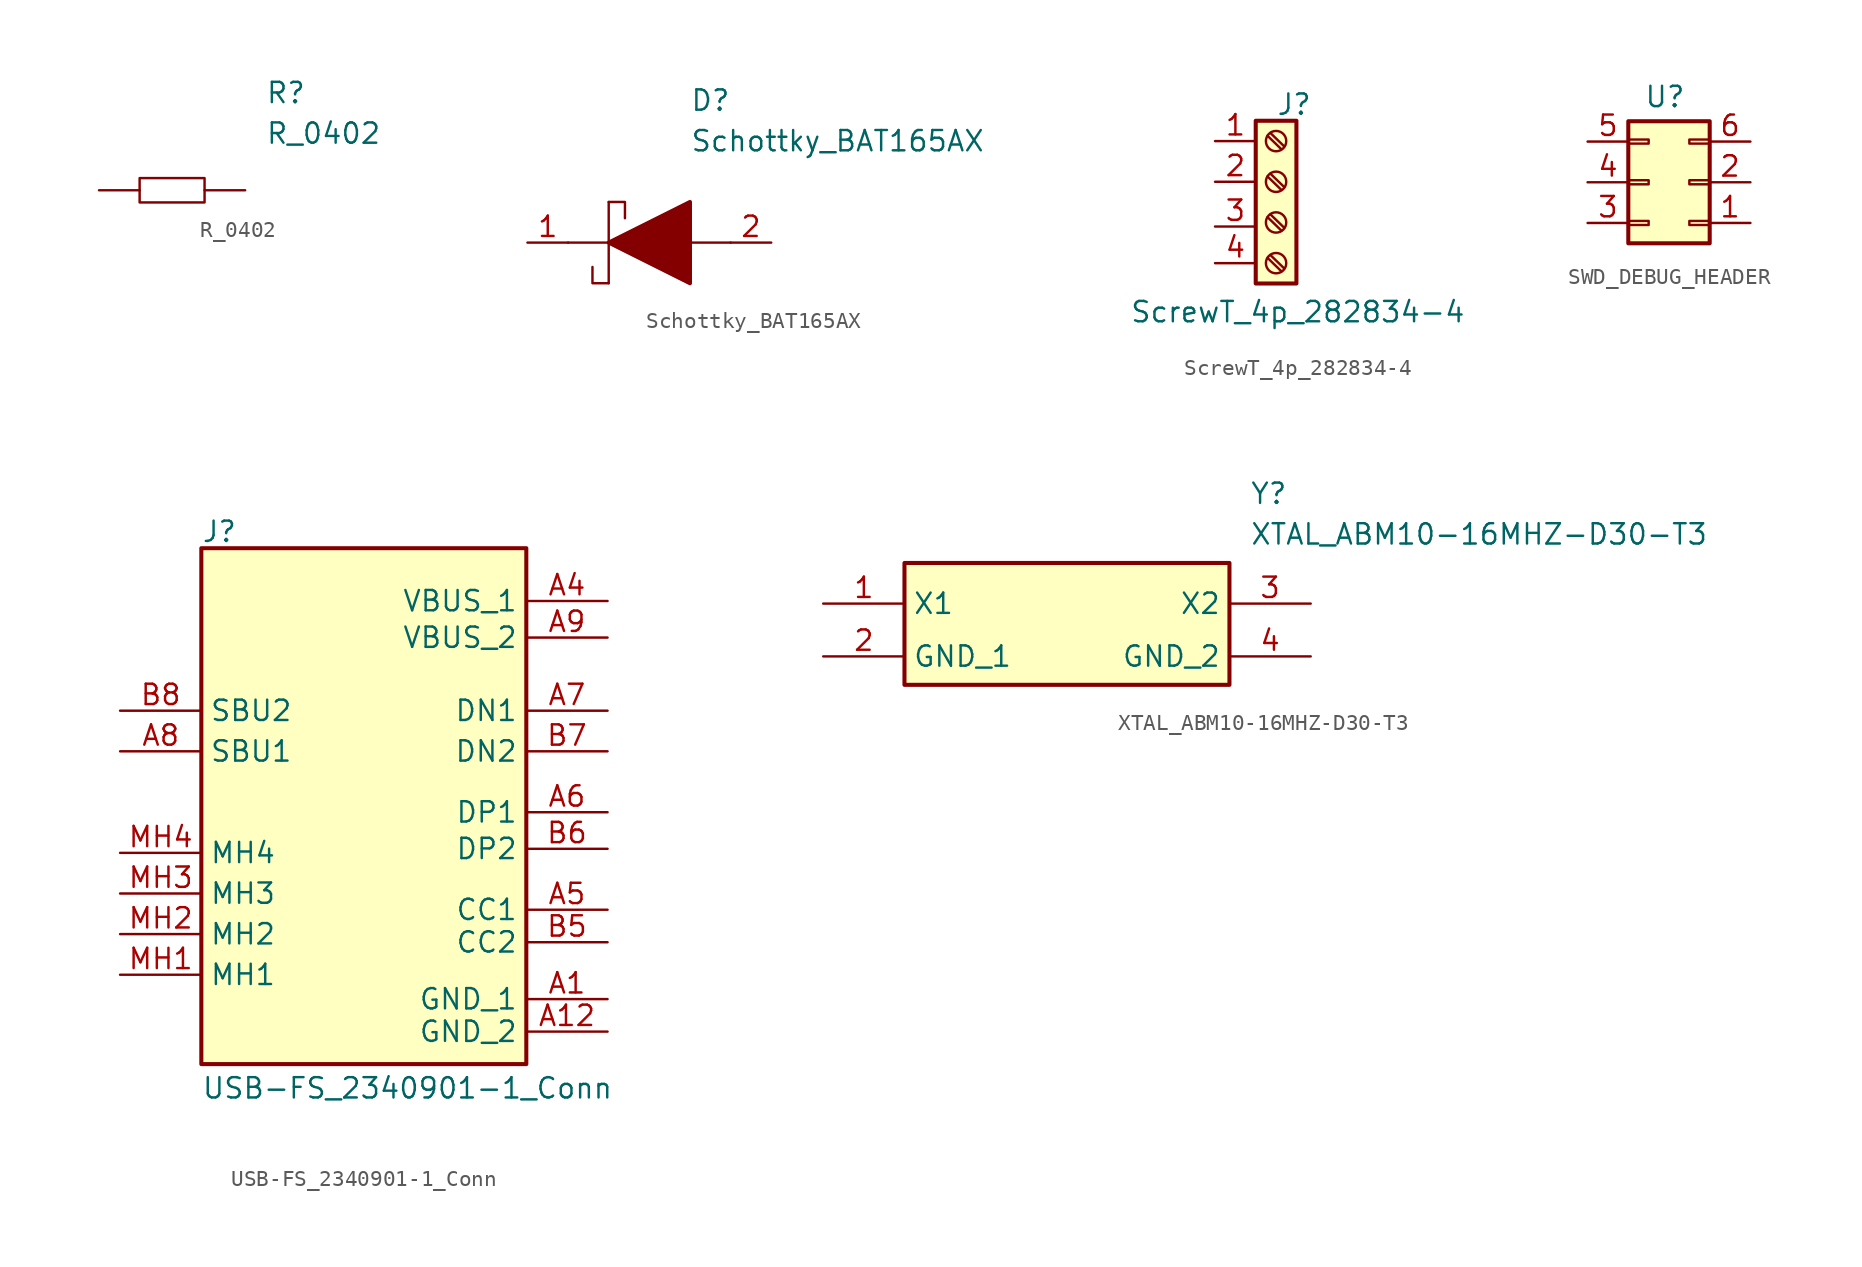
<source format=kicad_sym>
(kicad_symbol_lib
  (version 20220914)
  (generator kicad_symbol_editor)
  (symbol "R_0402"
    (pin_names
      (offset 0.762))
    (property "Reference" "R"
      (at 13.97 6.35 0)
      (effects (font (size 1.27 1.27)) (justify left)))
    (property "Value" "R_0402"
      (at 13.97 3.81 0)
      (effects (font (size 1.27 1.27)) (justify left)))
    (symbol "R_0402_0_1"
      (rectangle (start 6.096 1.016) (end 10.16 -0.508) (stroke (width 0) (type default)) (fill (type none))))
    (symbol "R_0402_1_1"
      (pin input line (at 3.556 0.254 0) (length 2.54) (name "" (effects (font (size 1.27 1.27)))) (number "" (effects (font (size 1.27 1.27)))))
      (pin input line (at 12.7 0.254 180) (length 2.54) (name "" (effects (font (size 1.27 1.27)))) (number "" (effects (font (size 1.27 1.27)))))))
  (symbol "Schottky_BAT165AX"
    (pin_names
      (offset 0.762))
    (property "Reference" "D"
      (at 12.7 8.89 0)
      (effects (font (size 1.27 1.27)) (justify left)))
    (property "Value" "Schottky_BAT165AX"
      (at 12.7 6.35 0)
      (effects (font (size 1.27 1.27)) (justify left)))
    (symbol "Schottky_BAT165AX_0_0"
      (pin passive line (at 2.54 0 0) (length 2.54) (name "~" (effects (font (size 1.27 1.27)))) (number "1" (effects (font (size 1.27 1.27)))))
      (pin passive line (at 17.78 0 180) (length 2.54) (name "~" (effects (font (size 1.27 1.27)))) (number "2" (effects (font (size 1.27 1.27))))))
    (symbol "Schottky_BAT165AX_0_1"
      (polyline (pts (xy 5.08 0) (xy 7.62 0)) (stroke (width 0.152) (type solid)) (fill (type none)))
      (polyline (pts (xy 7.62 2.54) (xy 7.62 -2.54)) (stroke (width 0.152) (type solid)) (fill (type none)))
      (polyline (pts (xy 12.7 0) (xy 15.24 0)) (stroke (width 0.152) (type solid)) (fill (type none)))
      (polyline (pts (xy 7.62 -2.54) (xy 6.604 -2.54) (xy 6.604 -1.524)) (stroke (width 0.152) (type solid)) (fill (type none)))
      (polyline (pts (xy 7.62 2.54) (xy 8.636 2.54) (xy 8.636 1.524)) (stroke (width 0.152) (type solid)) (fill (type none)))
      (polyline (pts (xy 7.62 0) (xy 12.7 2.54) (xy 12.7 -2.54) (xy 7.62 0)) (stroke (width 0.254) (type solid)) (fill (type outline)))))
  (symbol "ScrewT_4p_282834-4"
    (pin_names
      (offset 0.762))
    (property "Reference" "J"
      (at -2.794 10.16 0)
      (effects (font (size 1.27 1.27)) (justify left)))
    (property "Value" "ScrewT_4p_282834-4"
      (at -11.938 -2.794 0)
      (effects (font (size 1.27 1.27)) (justify left)))
    (symbol "ScrewT_4p_282834-4_1_1"
      (rectangle (start -4.064 9.144) (end -1.524 -1.016) (stroke (width 0.254) (type default)) (fill (type background)))
      (circle (center -2.794 0.254) (radius 0.635) (stroke (width 0.152) (type default)) (fill (type none)))
      (circle (center -2.794 2.794) (radius 0.635) (stroke (width 0.152) (type default)) (fill (type none)))
      (circle (center -2.794 5.334) (radius 0.635) (stroke (width 0.152) (type default)) (fill (type none)))
      (circle (center -2.794 7.874) (radius 0.635) (stroke (width 0.152) (type default)) (fill (type none)))
      (polyline (pts (xy -3.327 0.584) (xy -2.464 -0.254)) (stroke (width 0.152) (type default)) (fill (type none)))
      (polyline (pts (xy -3.327 3.124) (xy -2.464 2.286)) (stroke (width 0.152) (type default)) (fill (type none)))
      (polyline (pts (xy -3.327 5.664) (xy -2.464 4.826)) (stroke (width 0.152) (type default)) (fill (type none)))
      (polyline (pts (xy -3.327 8.204) (xy -2.464 7.366)) (stroke (width 0.152) (type default)) (fill (type none)))
      (polyline (pts (xy -3.15 0.762) (xy -2.286 -0.076)) (stroke (width 0.152) (type default)) (fill (type none)))
      (polyline (pts (xy -3.15 3.302) (xy -2.286 2.464)) (stroke (width 0.152) (type default)) (fill (type none)))
      (polyline (pts (xy -3.15 5.842) (xy -2.286 5.004)) (stroke (width 0.152) (type default)) (fill (type none)))
      (polyline (pts (xy -3.15 8.382) (xy -2.286 7.544)) (stroke (width 0.152) (type default)) (fill (type none)))
      (pin input line (at -6.604 7.874 0) (length 2.54) (name "" (effects (font (size 1.27 1.27)))) (number "1" (effects (font (size 1.27 1.27)))))
      (pin input line (at -6.604 5.334 0) (length 2.54) (name "" (effects (font (size 1.27 1.27)))) (number "2" (effects (font (size 1.27 1.27)))))
      (pin input line (at -6.604 2.54 0) (length 2.54) (name "" (effects (font (size 1.27 1.27)))) (number "3" (effects (font (size 1.27 1.27)))))
      (pin input line (at -6.604 0.254 0) (length 2.54) (name "" (effects (font (size 1.27 1.27)))) (number "4" (effects (font (size 1.27 1.27)))))))
  (symbol "SWD_DEBUG_HEADER"
    (property "Reference" "U"
      (at -2.032 3.81 0)
      (effects (font (size 1.27 1.27))))
    (property "Value" ""
      (at 0 0 0)
      (effects (font (size 1.27 1.27))))
    (symbol "SWD_DEBUG_HEADER_1_1"
      (rectangle (start -4.318 -3.937) (end -3.048 -4.191) (stroke (width 0.152) (type default)) (fill (type none)))
      (rectangle (start -4.318 -1.397) (end -3.048 -1.651) (stroke (width 0.152) (type default)) (fill (type none)))
      (rectangle (start -4.318 1.143) (end -3.048 0.889) (stroke (width 0.152) (type default)) (fill (type none)))
      (rectangle (start -4.318 2.286) (end 0.762 -5.334) (stroke (width 0.254) (type default)) (fill (type background)))
      (rectangle (start 0.762 -3.937) (end -0.508 -4.191) (stroke (width 0.152) (type default)) (fill (type none)))
      (rectangle (start 0.762 -1.397) (end -0.508 -1.651) (stroke (width 0.152) (type default)) (fill (type none)))
      (rectangle (start 0.762 1.143) (end -0.508 0.889) (stroke (width 0.152) (type default)) (fill (type none)))
      (pin input line (at 3.302 -4.064 180) (length 2.54) (name "" (effects (font (size 1.27 1.27)))) (number "1" (effects (font (size 1.27 1.27)))))
      (pin input line (at 3.302 -1.524 180) (length 2.54) (name "" (effects (font (size 1.27 1.27)))) (number "2" (effects (font (size 1.27 1.27)))))
      (pin input line (at -6.858 -4.064 0) (length 2.54) (name "" (effects (font (size 1.27 1.27)))) (number "3" (effects (font (size 1.27 1.27)))))
      (pin input line (at -6.858 -1.524 0) (length 2.54) (name "" (effects (font (size 1.27 1.27)))) (number "4" (effects (font (size 1.27 1.27)))))
      (pin input line (at -6.858 1.016 0) (length 2.54) (name "" (effects (font (size 1.27 1.27)))) (number "5" (effects (font (size 1.27 1.27)))))
      (pin input line (at 3.302 1.016 180) (length 2.54) (name "" (effects (font (size 1.27 1.27)))) (number "6" (effects (font (size 1.27 1.27)))))))
  (symbol "USB-FS_2340901-1_Conn"
    (property "Reference" "J"
      (at 5.08 13.716 0)
      (effects (font (size 1.27 1.27)) (justify left top)))
    (property "Value" "USB-FS_2340901-1_Conn"
      (at 5.08 -21.082 0)
      (effects (font (size 1.27 1.27)) (justify left top)))
    (symbol "USB-FS_2340901-1_Conn_1_1"
      (rectangle (start 5.08 11.938) (end 25.4 -20.32) (stroke (width 0.254) (type default)) (fill (type background)))
      (pin passive line (at 30.48 -16.256 180) (length 5.08) (name "GND_1" (effects (font (size 1.27 1.27)))) (number "A1" (effects (font (size 1.27 1.27)))))
      (pin passive line (at 30.48 -18.288 180) (length 5.08) (name "GND_2" (effects (font (size 1.27 1.27)))) (number "A12" (effects (font (size 1.27 1.27)))))
      (pin passive line (at 30.48 8.636 180) (length 5.08) (name "VBUS_1" (effects (font (size 1.27 1.27)))) (number "A4" (effects (font (size 1.27 1.27)))))
      (pin passive line (at 30.48 -10.668 180) (length 5.08) (name "CC1" (effects (font (size 1.27 1.27)))) (number "A5" (effects (font (size 1.27 1.27)))))
      (pin passive line (at 30.48 -4.572 180) (length 5.08) (name "DP1" (effects (font (size 1.27 1.27)))) (number "A6" (effects (font (size 1.27 1.27)))))
      (pin passive line (at 30.48 1.778 180) (length 5.08) (name "DN1" (effects (font (size 1.27 1.27)))) (number "A7" (effects (font (size 1.27 1.27)))))
      (pin passive line (at 0 -0.762 0) (length 5.08) (name "SBU1" (effects (font (size 1.27 1.27)))) (number "A8" (effects (font (size 1.27 1.27)))))
      (pin passive line (at 30.48 6.35 180) (length 5.08) (name "VBUS_2" (effects (font (size 1.27 1.27)))) (number "A9" (effects (font (size 1.27 1.27)))))
      (pin passive line (at 30.48 -12.7 180) (length 5.08) (name "CC2" (effects (font (size 1.27 1.27)))) (number "B5" (effects (font (size 1.27 1.27)))))
      (pin passive line (at 30.48 -6.858 180) (length 5.08) (name "DP2" (effects (font (size 1.27 1.27)))) (number "B6" (effects (font (size 1.27 1.27)))))
      (pin passive line (at 30.48 -0.762 180) (length 5.08) (name "DN2" (effects (font (size 1.27 1.27)))) (number "B7" (effects (font (size 1.27 1.27)))))
      (pin passive line (at 0 1.778 0) (length 5.08) (name "SBU2" (effects (font (size 1.27 1.27)))) (number "B8" (effects (font (size 1.27 1.27)))))
      (pin passive line (at 0 -14.732 0) (length 5.08) (name "MH1" (effects (font (size 1.27 1.27)))) (number "MH1" (effects (font (size 1.27 1.27)))))
      (pin passive line (at 0 -12.192 0) (length 5.08) (name "MH2" (effects (font (size 1.27 1.27)))) (number "MH2" (effects (font (size 1.27 1.27)))))
      (pin passive line (at 0 -9.652 0) (length 5.08) (name "MH3" (effects (font (size 1.27 1.27)))) (number "MH3" (effects (font (size 1.27 1.27)))))
      (pin passive line (at 0 -7.112 0) (length 5.08) (name "MH4" (effects (font (size 1.27 1.27)))) (number "MH4" (effects (font (size 1.27 1.27)))))))
  (symbol "XTAL_ABM10-16MHZ-D30-T3"
    (property "Reference" "Y"
      (at 26.67 7.62 0)
      (effects (font (size 1.27 1.27)) (justify left top)))
    (property "Value" "XTAL_ABM10-16MHZ-D30-T3"
      (at 26.67 5.08 0)
      (effects (font (size 1.27 1.27)) (justify left top)))
    (symbol "XTAL_ABM10-16MHZ-D30-T3_1_1"
      (rectangle (start 5.08 2.54) (end 25.4 -5.08) (stroke (width 0.254) (type default)) (fill (type background)))
      (pin passive line (at 0 0 0) (length 5.08) (name "X1" (effects (font (size 1.27 1.27)))) (number "1" (effects (font (size 1.27 1.27)))))
      (pin passive line (at 0 -3.302 0) (length 5.08) (name "GND_1" (effects (font (size 1.27 1.27)))) (number "2" (effects (font (size 1.27 1.27)))))
      (pin passive line (at 30.48 0 180) (length 5.08) (name "X2" (effects (font (size 1.27 1.27)))) (number "3" (effects (font (size 1.27 1.27)))))
      (pin passive line (at 30.48 -3.302 180) (length 5.08) (name "GND_2" (effects (font (size 1.27 1.27)))) (number "4" (effects (font (size 1.27 1.27))))))))
</source>
